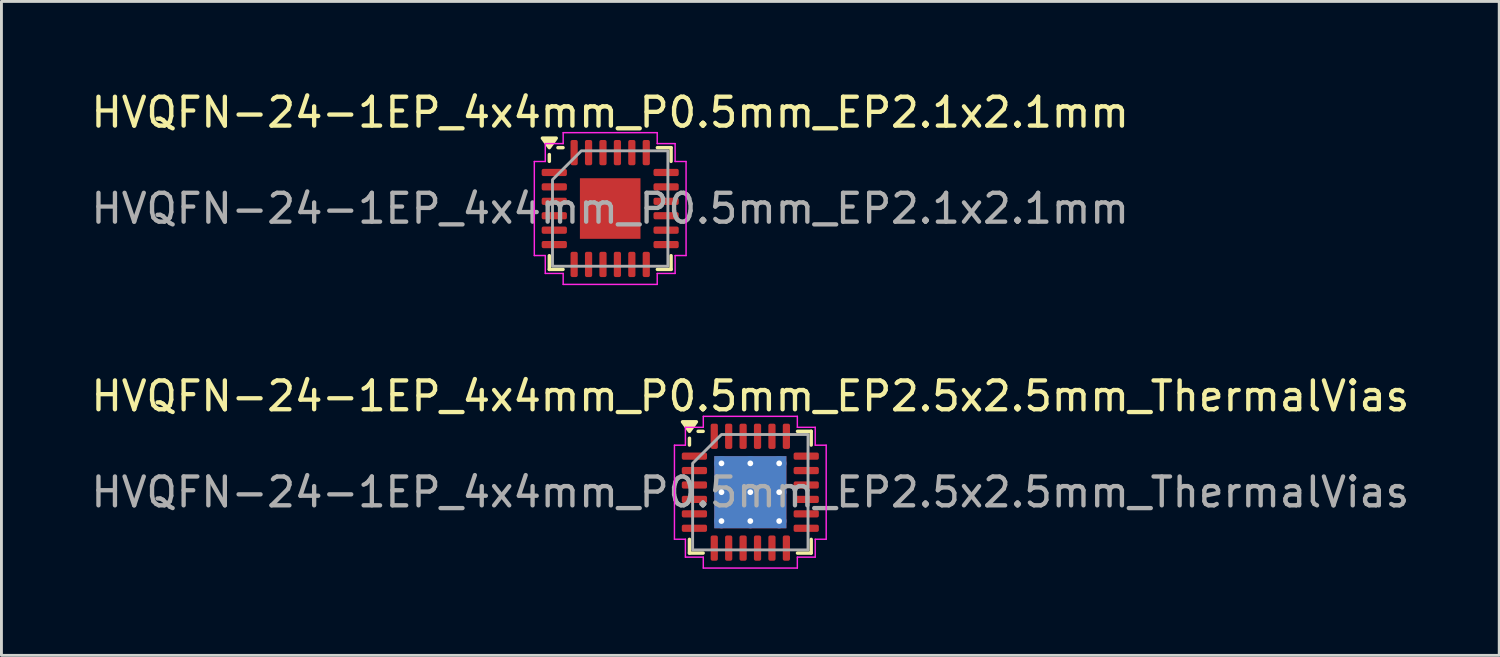
<source format=kicad_pcb>
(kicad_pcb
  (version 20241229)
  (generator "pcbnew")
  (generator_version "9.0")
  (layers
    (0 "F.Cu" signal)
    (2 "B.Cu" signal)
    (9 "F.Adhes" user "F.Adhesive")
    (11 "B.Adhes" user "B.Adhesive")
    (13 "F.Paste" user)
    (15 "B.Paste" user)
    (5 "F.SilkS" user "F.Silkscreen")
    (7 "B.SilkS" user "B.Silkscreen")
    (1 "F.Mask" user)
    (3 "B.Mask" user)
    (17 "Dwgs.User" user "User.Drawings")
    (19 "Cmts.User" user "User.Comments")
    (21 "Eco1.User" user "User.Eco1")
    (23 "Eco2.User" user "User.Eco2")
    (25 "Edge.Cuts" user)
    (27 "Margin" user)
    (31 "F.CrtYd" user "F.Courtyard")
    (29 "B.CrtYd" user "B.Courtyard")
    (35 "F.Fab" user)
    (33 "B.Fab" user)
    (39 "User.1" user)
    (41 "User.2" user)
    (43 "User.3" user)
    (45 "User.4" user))
  (footprint "HVQFN-24-1EP_4x4mm_P0.5mm_EP2.5x2.5mm_ThermalVias"
    (layer "F.Cu")
    (at 22.958 14.011)
    (property "Reference" "HVQFN-24-1EP_4x4mm_P0.5mm_EP2.5x2.5mm_ThermalVias" (at 0 -3.33 0) (layer "F.SilkS") (effects (font (size 1 1) (thickness 0.15))))
    (attr smd)
    (fp_line (start -2.11 -1.635) (end -2.11 -1.87) (stroke (width 0.12) (type solid)) (layer "F.SilkS"))
    (fp_line (start -2.11 2.11) (end -2.11 1.635) (stroke (width 0.12) (type solid)) (layer "F.SilkS"))
    (fp_line (start -1.635 -2.11) (end -1.81 -2.11) (stroke (width 0.12) (type solid)) (layer "F.SilkS"))
    (fp_line (start -1.635 2.11) (end -2.11 2.11) (stroke (width 0.12) (type solid)) (layer "F.SilkS"))
    (fp_line (start 1.635 -2.11) (end 2.11 -2.11) (stroke (width 0.12) (type solid)) (layer "F.SilkS"))
    (fp_line (start 1.635 2.11) (end 2.11 2.11) (stroke (width 0.12) (type solid)) (layer "F.SilkS"))
    (fp_line (start 2.11 -2.11) (end 2.11 -1.635) (stroke (width 0.12) (type solid)) (layer "F.SilkS"))
    (fp_line (start 2.11 2.11) (end 2.11 1.635) (stroke (width 0.12) (type solid)) (layer "F.SilkS"))
    (fp_poly (pts (xy -2.11 -2.11) (xy -2.35 -2.44) (xy -1.87 -2.44)) (stroke (width 0.12) (type solid)) (fill yes) (layer "F.SilkS"))
    (fp_line (start -2.63 -1.63) (end -2.25 -1.63) (stroke (width 0.05) (type solid)) (layer "F.CrtYd"))
    (fp_line (start -2.63 1.63) (end -2.63 -1.63) (stroke (width 0.05) (type solid)) (layer "F.CrtYd"))
    (fp_line (start -2.25 -2.25) (end -1.63 -2.25) (stroke (width 0.05) (type solid)) (layer "F.CrtYd"))
    (fp_line (start -2.25 -1.63) (end -2.25 -2.25) (stroke (width 0.05) (type solid)) (layer "F.CrtYd"))
    (fp_line (start -2.25 1.63) (end -2.63 1.63) (stroke (width 0.05) (type solid)) (layer "F.CrtYd"))
    (fp_line (start -2.25 2.25) (end -2.25 1.63) (stroke (width 0.05) (type solid)) (layer "F.CrtYd"))
    (fp_line (start -1.63 -2.63) (end 1.63 -2.63) (stroke (width 0.05) (type solid)) (layer "F.CrtYd"))
    (fp_line (start -1.63 -2.25) (end -1.63 -2.63) (stroke (width 0.05) (type solid)) (layer "F.CrtYd"))
    (fp_line (start -1.63 2.25) (end -2.25 2.25) (stroke (width 0.05) (type solid)) (layer "F.CrtYd"))
    (fp_line (start -1.63 2.63) (end -1.63 2.25) (stroke (width 0.05) (type solid)) (layer "F.CrtYd"))
    (fp_line (start 1.63 -2.63) (end 1.63 -2.25) (stroke (width 0.05) (type solid)) (layer "F.CrtYd"))
    (fp_line (start 1.63 -2.25) (end 2.25 -2.25) (stroke (width 0.05) (type solid)) (layer "F.CrtYd"))
    (fp_line (start 1.63 2.25) (end 1.63 2.63) (stroke (width 0.05) (type solid)) (layer "F.CrtYd"))
    (fp_line (start 1.63 2.63) (end -1.63 2.63) (stroke (width 0.05) (type solid)) (layer "F.CrtYd"))
    (fp_line (start 2.25 -2.25) (end 2.25 -1.63) (stroke (width 0.05) (type solid)) (layer "F.CrtYd"))
    (fp_line (start 2.25 -1.63) (end 2.63 -1.63) (stroke (width 0.05) (type solid)) (layer "F.CrtYd"))
    (fp_line (start 2.25 1.63) (end 2.25 2.25) (stroke (width 0.05) (type solid)) (layer "F.CrtYd"))
    (fp_line (start 2.25 2.25) (end 1.63 2.25) (stroke (width 0.05) (type solid)) (layer "F.CrtYd"))
    (fp_line (start 2.63 -1.63) (end 2.63 1.63) (stroke (width 0.05) (type solid)) (layer "F.CrtYd"))
    (fp_line (start 2.63 1.63) (end 2.25 1.63) (stroke (width 0.05) (type solid)) (layer "F.CrtYd"))
    (fp_poly (pts (xy -2 -1) (xy -2 2) (xy 2 2) (xy 2 -2) (xy -1 -2)) (stroke (width 0.1) (type solid)) (fill no) (layer "F.Fab"))
    (fp_text user "${REFERENCE}" (at 0 0 0) (layer "F.Fab") (effects (font (size 1 1) (thickness 0.15))))
    (pad "" smd roundrect (at -0.625 -0.625) (size 0.93 0.93) (layers "F.Paste") (roundrect_rratio 0.25))
    (pad "" smd roundrect (at -0.625 0.625) (size 0.93 0.93) (layers "F.Paste") (roundrect_rratio 0.25))
    (pad "" smd roundrect (at 0.625 -0.625) (size 0.93 0.93) (layers "F.Paste") (roundrect_rratio 0.25))
    (pad "" smd roundrect (at 0.625 0.625) (size 0.93 0.93) (layers "F.Paste") (roundrect_rratio 0.25))
    (pad "1" smd roundrect (at -1.938 -1.25) (size 0.875 0.25) (layers "F.Cu" "F.Mask" "F.Paste") (roundrect_rratio 0.25))
    (pad "2" smd roundrect (at -1.938 -0.75) (size 0.875 0.25) (layers "F.Cu" "F.Mask" "F.Paste") (roundrect_rratio 0.25))
    (pad "3" smd roundrect (at -1.938 -0.25) (size 0.875 0.25) (layers "F.Cu" "F.Mask" "F.Paste") (roundrect_rratio 0.25))
    (pad "4" smd roundrect (at -1.938 0.25) (size 0.875 0.25) (layers "F.Cu" "F.Mask" "F.Paste") (roundrect_rratio 0.25))
    (pad "5" smd roundrect (at -1.938 0.75) (size 0.875 0.25) (layers "F.Cu" "F.Mask" "F.Paste") (roundrect_rratio 0.25))
    (pad "6" smd roundrect (at -1.938 1.25) (size 0.875 0.25) (layers "F.Cu" "F.Mask" "F.Paste") (roundrect_rratio 0.25))
    (pad "7" smd roundrect (at -1.25 1.938) (size 0.25 0.875) (layers "F.Cu" "F.Mask" "F.Paste") (roundrect_rratio 0.25))
    (pad "8" smd roundrect (at -0.75 1.938) (size 0.25 0.875) (layers "F.Cu" "F.Mask" "F.Paste") (roundrect_rratio 0.25))
    (pad "9" smd roundrect (at -0.25 1.938) (size 0.25 0.875) (layers "F.Cu" "F.Mask" "F.Paste") (roundrect_rratio 0.25))
    (pad "10" smd roundrect (at 0.25 1.938) (size 0.25 0.875) (layers "F.Cu" "F.Mask" "F.Paste") (roundrect_rratio 0.25))
    (pad "11" smd roundrect (at 0.75 1.938) (size 0.25 0.875) (layers "F.Cu" "F.Mask" "F.Paste") (roundrect_rratio 0.25))
    (pad "12" smd roundrect (at 1.25 1.938) (size 0.25 0.875) (layers "F.Cu" "F.Mask" "F.Paste") (roundrect_rratio 0.25))
    (pad "13" smd roundrect (at 1.938 1.25) (size 0.875 0.25) (layers "F.Cu" "F.Mask" "F.Paste") (roundrect_rratio 0.25))
    (pad "14" smd roundrect (at 1.938 0.75) (size 0.875 0.25) (layers "F.Cu" "F.Mask" "F.Paste") (roundrect_rratio 0.25))
    (pad "15" smd roundrect (at 1.938 0.25) (size 0.875 0.25) (layers "F.Cu" "F.Mask" "F.Paste") (roundrect_rratio 0.25))
    (pad "16" smd roundrect (at 1.938 -0.25) (size 0.875 0.25) (layers "F.Cu" "F.Mask" "F.Paste") (roundrect_rratio 0.25))
    (pad "17" smd roundrect (at 1.938 -0.75) (size 0.875 0.25) (layers "F.Cu" "F.Mask" "F.Paste") (roundrect_rratio 0.25))
    (pad "18" smd roundrect (at 1.938 -1.25) (size 0.875 0.25) (layers "F.Cu" "F.Mask" "F.Paste") (roundrect_rratio 0.25))
    (pad "19" smd roundrect (at 1.25 -1.938) (size 0.25 0.875) (layers "F.Cu" "F.Mask" "F.Paste") (roundrect_rratio 0.25))
    (pad "20" smd roundrect (at 0.75 -1.938) (size 0.25 0.875) (layers "F.Cu" "F.Mask" "F.Paste") (roundrect_rratio 0.25))
    (pad "21" smd roundrect (at 0.25 -1.938) (size 0.25 0.875) (layers "F.Cu" "F.Mask" "F.Paste") (roundrect_rratio 0.25))
    (pad "22" smd roundrect (at -0.25 -1.938) (size 0.25 0.875) (layers "F.Cu" "F.Mask" "F.Paste") (roundrect_rratio 0.25))
    (pad "23" smd roundrect (at -0.75 -1.938) (size 0.25 0.875) (layers "F.Cu" "F.Mask" "F.Paste") (roundrect_rratio 0.25))
    (pad "24" smd roundrect (at -1.25 -1.938) (size 0.25 0.875) (layers "F.Cu" "F.Mask" "F.Paste") (roundrect_rratio 0.25))
    (pad "25" thru_hole circle (at -1 -1) (size 0.5 0.5) (drill 0.2) (property pad_prop_heatsink) (layers "*.Cu"))
    (pad "25" thru_hole circle (at -1 0) (size 0.5 0.5) (drill 0.2) (property pad_prop_heatsink) (layers "*.Cu"))
    (pad "25" thru_hole circle (at -1 1) (size 0.5 0.5) (drill 0.2) (property pad_prop_heatsink) (layers "*.Cu"))
    (pad "25" thru_hole circle (at 0 -1) (size 0.5 0.5) (drill 0.2) (property pad_prop_heatsink) (layers "*.Cu"))
    (pad "25" thru_hole circle (at 0 0) (size 0.5 0.5) (drill 0.2) (property pad_prop_heatsink) (layers "*.Cu"))
    (pad "25" smd rect (at 0 0) (size 2.5 2.5) (property pad_prop_heatsink) (layers "F.Cu" "F.Mask"))
    (pad "25" smd rect (at 0 0) (size 2.5 2.5) (property pad_prop_heatsink) (layers "B.Cu"))
    (pad "25" thru_hole circle (at 0 1) (size 0.5 0.5) (drill 0.2) (property pad_prop_heatsink) (layers "*.Cu"))
    (pad "25" thru_hole circle (at 1 -1) (size 0.5 0.5) (drill 0.2) (property pad_prop_heatsink) (layers "*.Cu"))
    (pad "25" thru_hole circle (at 1 0) (size 0.5 0.5) (drill 0.2) (property pad_prop_heatsink) (layers "*.Cu"))
    (pad "25" thru_hole circle (at 1 1) (size 0.5 0.5) (drill 0.2) (property pad_prop_heatsink) (layers "*.Cu")))
  (footprint "HVQFN-24-1EP_4x4mm_P0.5mm_EP2.1x2.1mm"
    (layer "F.Cu")
    (at 18.101 4.178)
    (property "Reference" "HVQFN-24-1EP_4x4mm_P0.5mm_EP2.1x2.1mm" (at 0 -3.33 0) (layer "F.SilkS") (effects (font (size 1 1) (thickness 0.15))))
    (attr smd)
    (fp_line (start -2.11 -1.635) (end -2.11 -1.87) (stroke (width 0.12) (type solid)) (layer "F.SilkS"))
    (fp_line (start -2.11 2.11) (end -2.11 1.635) (stroke (width 0.12) (type solid)) (layer "F.SilkS"))
    (fp_line (start -1.635 -2.11) (end -1.81 -2.11) (stroke (width 0.12) (type solid)) (layer "F.SilkS"))
    (fp_line (start -1.635 2.11) (end -2.11 2.11) (stroke (width 0.12) (type solid)) (layer "F.SilkS"))
    (fp_line (start 1.635 -2.11) (end 2.11 -2.11) (stroke (width 0.12) (type solid)) (layer "F.SilkS"))
    (fp_line (start 1.635 2.11) (end 2.11 2.11) (stroke (width 0.12) (type solid)) (layer "F.SilkS"))
    (fp_line (start 2.11 -2.11) (end 2.11 -1.635) (stroke (width 0.12) (type solid)) (layer "F.SilkS"))
    (fp_line (start 2.11 2.11) (end 2.11 1.635) (stroke (width 0.12) (type solid)) (layer "F.SilkS"))
    (fp_poly (pts (xy -2.11 -2.11) (xy -2.35 -2.44) (xy -1.87 -2.44)) (stroke (width 0.12) (type solid)) (fill yes) (layer "F.SilkS"))
    (fp_line (start -2.63 -1.63) (end -2.25 -1.63) (stroke (width 0.05) (type solid)) (layer "F.CrtYd"))
    (fp_line (start -2.63 1.63) (end -2.63 -1.63) (stroke (width 0.05) (type solid)) (layer "F.CrtYd"))
    (fp_line (start -2.25 -2.25) (end -1.63 -2.25) (stroke (width 0.05) (type solid)) (layer "F.CrtYd"))
    (fp_line (start -2.25 -1.63) (end -2.25 -2.25) (stroke (width 0.05) (type solid)) (layer "F.CrtYd"))
    (fp_line (start -2.25 1.63) (end -2.63 1.63) (stroke (width 0.05) (type solid)) (layer "F.CrtYd"))
    (fp_line (start -2.25 2.25) (end -2.25 1.63) (stroke (width 0.05) (type solid)) (layer "F.CrtYd"))
    (fp_line (start -1.63 -2.63) (end 1.63 -2.63) (stroke (width 0.05) (type solid)) (layer "F.CrtYd"))
    (fp_line (start -1.63 -2.25) (end -1.63 -2.63) (stroke (width 0.05) (type solid)) (layer "F.CrtYd"))
    (fp_line (start -1.63 2.25) (end -2.25 2.25) (stroke (width 0.05) (type solid)) (layer "F.CrtYd"))
    (fp_line (start -1.63 2.63) (end -1.63 2.25) (stroke (width 0.05) (type solid)) (layer "F.CrtYd"))
    (fp_line (start 1.63 -2.63) (end 1.63 -2.25) (stroke (width 0.05) (type solid)) (layer "F.CrtYd"))
    (fp_line (start 1.63 -2.25) (end 2.25 -2.25) (stroke (width 0.05) (type solid)) (layer "F.CrtYd"))
    (fp_line (start 1.63 2.25) (end 1.63 2.63) (stroke (width 0.05) (type solid)) (layer "F.CrtYd"))
    (fp_line (start 1.63 2.63) (end -1.63 2.63) (stroke (width 0.05) (type solid)) (layer "F.CrtYd"))
    (fp_line (start 2.25 -2.25) (end 2.25 -1.63) (stroke (width 0.05) (type solid)) (layer "F.CrtYd"))
    (fp_line (start 2.25 -1.63) (end 2.63 -1.63) (stroke (width 0.05) (type solid)) (layer "F.CrtYd"))
    (fp_line (start 2.25 1.63) (end 2.25 2.25) (stroke (width 0.05) (type solid)) (layer "F.CrtYd"))
    (fp_line (start 2.25 2.25) (end 1.63 2.25) (stroke (width 0.05) (type solid)) (layer "F.CrtYd"))
    (fp_line (start 2.63 -1.63) (end 2.63 1.63) (stroke (width 0.05) (type solid)) (layer "F.CrtYd"))
    (fp_line (start 2.63 1.63) (end 2.25 1.63) (stroke (width 0.05) (type solid)) (layer "F.CrtYd"))
    (fp_poly (pts (xy -2 -1) (xy -2 2) (xy 2 2) (xy 2 -2) (xy -1 -2)) (stroke (width 0.1) (type solid)) (fill no) (layer "F.Fab"))
    (fp_text user "${REFERENCE}" (at 0 0 0) (layer "F.Fab") (effects (font (size 1 1) (thickness 0.15))))
    (pad "" smd roundrect (at -0.7 -0.7) (size 0.56 0.56) (layers "F.Paste") (roundrect_rratio 0.25))
    (pad "" smd roundrect (at -0.7 0) (size 0.56 0.56) (layers "F.Paste") (roundrect_rratio 0.25))
    (pad "" smd roundrect (at -0.7 0.7) (size 0.56 0.56) (layers "F.Paste") (roundrect_rratio 0.25))
    (pad "" smd roundrect (at 0 -0.7) (size 0.56 0.56) (layers "F.Paste") (roundrect_rratio 0.25))
    (pad "" smd roundrect (at 0 0) (size 0.56 0.56) (layers "F.Paste") (roundrect_rratio 0.25))
    (pad "" smd roundrect (at 0 0.7) (size 0.56 0.56) (layers "F.Paste") (roundrect_rratio 0.25))
    (pad "" smd roundrect (at 0.7 -0.7) (size 0.56 0.56) (layers "F.Paste") (roundrect_rratio 0.25))
    (pad "" smd roundrect (at 0.7 0) (size 0.56 0.56) (layers "F.Paste") (roundrect_rratio 0.25))
    (pad "" smd roundrect (at 0.7 0.7) (size 0.56 0.56) (layers "F.Paste") (roundrect_rratio 0.25))
    (pad "1" smd roundrect (at -1.938 -1.25) (size 0.875 0.25) (layers "F.Cu" "F.Mask" "F.Paste") (roundrect_rratio 0.25))
    (pad "2" smd roundrect (at -1.938 -0.75) (size 0.875 0.25) (layers "F.Cu" "F.Mask" "F.Paste") (roundrect_rratio 0.25))
    (pad "3" smd roundrect (at -1.938 -0.25) (size 0.875 0.25) (layers "F.Cu" "F.Mask" "F.Paste") (roundrect_rratio 0.25))
    (pad "4" smd roundrect (at -1.938 0.25) (size 0.875 0.25) (layers "F.Cu" "F.Mask" "F.Paste") (roundrect_rratio 0.25))
    (pad "5" smd roundrect (at -1.938 0.75) (size 0.875 0.25) (layers "F.Cu" "F.Mask" "F.Paste") (roundrect_rratio 0.25))
    (pad "6" smd roundrect (at -1.938 1.25) (size 0.875 0.25) (layers "F.Cu" "F.Mask" "F.Paste") (roundrect_rratio 0.25))
    (pad "7" smd roundrect (at -1.25 1.938) (size 0.25 0.875) (layers "F.Cu" "F.Mask" "F.Paste") (roundrect_rratio 0.25))
    (pad "8" smd roundrect (at -0.75 1.938) (size 0.25 0.875) (layers "F.Cu" "F.Mask" "F.Paste") (roundrect_rratio 0.25))
    (pad "9" smd roundrect (at -0.25 1.938) (size 0.25 0.875) (layers "F.Cu" "F.Mask" "F.Paste") (roundrect_rratio 0.25))
    (pad "10" smd roundrect (at 0.25 1.938) (size 0.25 0.875) (layers "F.Cu" "F.Mask" "F.Paste") (roundrect_rratio 0.25))
    (pad "11" smd roundrect (at 0.75 1.938) (size 0.25 0.875) (layers "F.Cu" "F.Mask" "F.Paste") (roundrect_rratio 0.25))
    (pad "12" smd roundrect (at 1.25 1.938) (size 0.25 0.875) (layers "F.Cu" "F.Mask" "F.Paste") (roundrect_rratio 0.25))
    (pad "13" smd roundrect (at 1.938 1.25) (size 0.875 0.25) (layers "F.Cu" "F.Mask" "F.Paste") (roundrect_rratio 0.25))
    (pad "14" smd roundrect (at 1.938 0.75) (size 0.875 0.25) (layers "F.Cu" "F.Mask" "F.Paste") (roundrect_rratio 0.25))
    (pad "15" smd roundrect (at 1.938 0.25) (size 0.875 0.25) (layers "F.Cu" "F.Mask" "F.Paste") (roundrect_rratio 0.25))
    (pad "16" smd roundrect (at 1.938 -0.25) (size 0.875 0.25) (layers "F.Cu" "F.Mask" "F.Paste") (roundrect_rratio 0.25))
    (pad "17" smd roundrect (at 1.938 -0.75) (size 0.875 0.25) (layers "F.Cu" "F.Mask" "F.Paste") (roundrect_rratio 0.25))
    (pad "18" smd roundrect (at 1.938 -1.25) (size 0.875 0.25) (layers "F.Cu" "F.Mask" "F.Paste") (roundrect_rratio 0.25))
    (pad "19" smd roundrect (at 1.25 -1.938) (size 0.25 0.875) (layers "F.Cu" "F.Mask" "F.Paste") (roundrect_rratio 0.25))
    (pad "20" smd roundrect (at 0.75 -1.938) (size 0.25 0.875) (layers "F.Cu" "F.Mask" "F.Paste") (roundrect_rratio 0.25))
    (pad "21" smd roundrect (at 0.25 -1.938) (size 0.25 0.875) (layers "F.Cu" "F.Mask" "F.Paste") (roundrect_rratio 0.25))
    (pad "22" smd roundrect (at -0.25 -1.938) (size 0.25 0.875) (layers "F.Cu" "F.Mask" "F.Paste") (roundrect_rratio 0.25))
    (pad "23" smd roundrect (at -0.75 -1.938) (size 0.25 0.875) (layers "F.Cu" "F.Mask" "F.Paste") (roundrect_rratio 0.25))
    (pad "24" smd roundrect (at -1.25 -1.938) (size 0.25 0.875) (layers "F.Cu" "F.Mask" "F.Paste") (roundrect_rratio 0.25))
    (pad "25" smd rect (at 0 0) (size 2.1 2.1) (property pad_prop_heatsink) (layers "F.Cu" "F.Mask")))
  (gr_rect
    (start -3 -3)
    (end 48.917 19.666)
    (stroke (width 0.1) (type default))
    (fill no)
    (layer "Edge.Cuts")))
</source>
